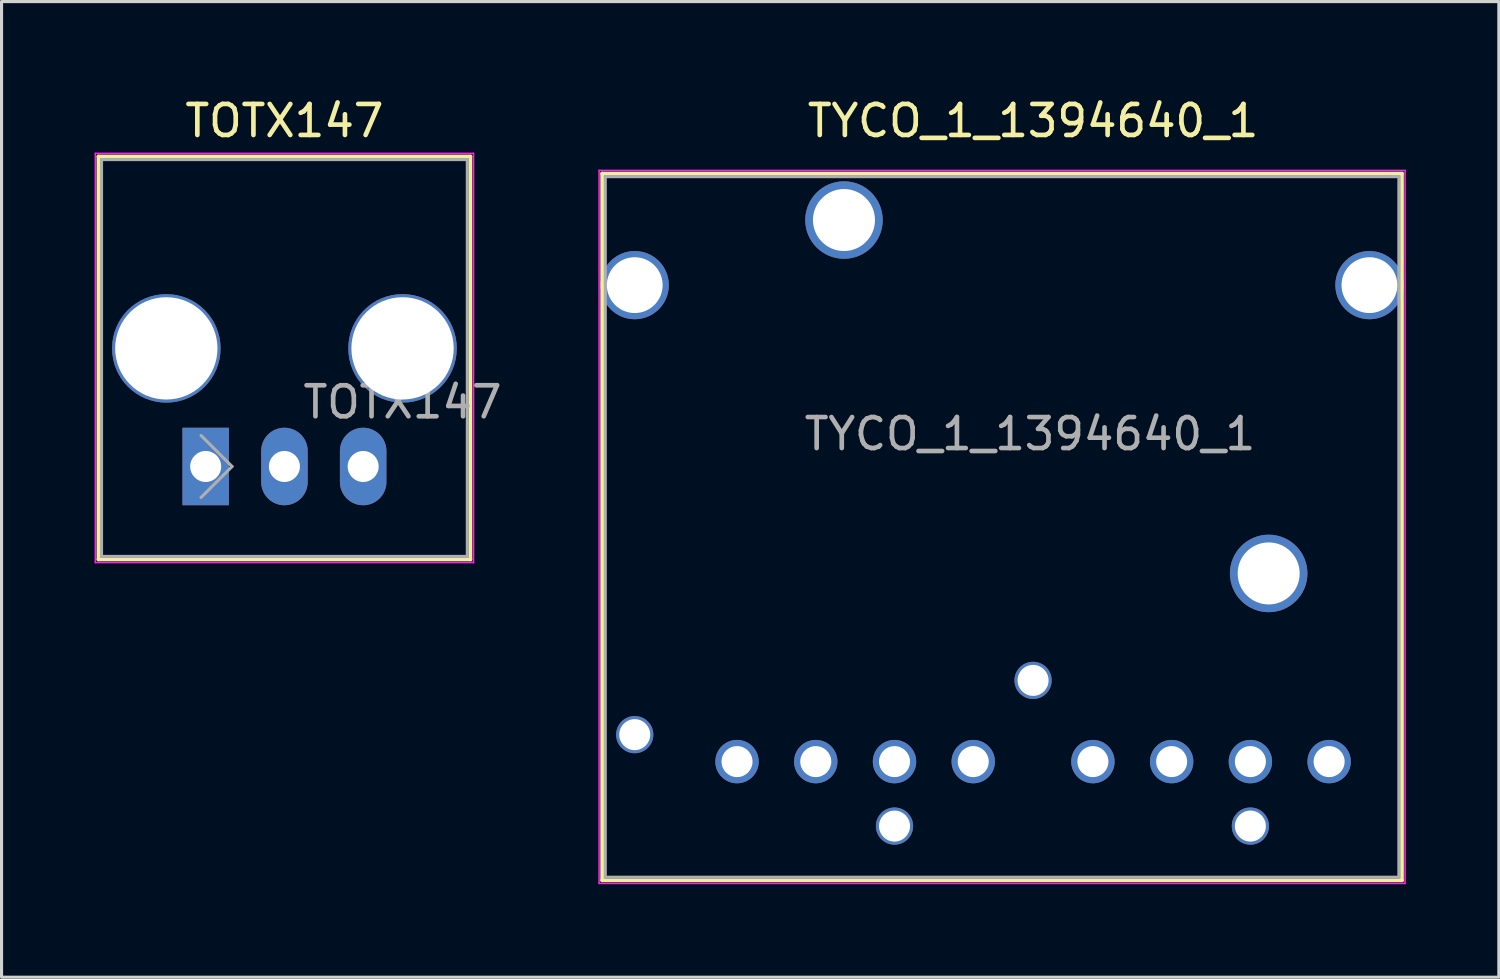
<source format=kicad_pcb>
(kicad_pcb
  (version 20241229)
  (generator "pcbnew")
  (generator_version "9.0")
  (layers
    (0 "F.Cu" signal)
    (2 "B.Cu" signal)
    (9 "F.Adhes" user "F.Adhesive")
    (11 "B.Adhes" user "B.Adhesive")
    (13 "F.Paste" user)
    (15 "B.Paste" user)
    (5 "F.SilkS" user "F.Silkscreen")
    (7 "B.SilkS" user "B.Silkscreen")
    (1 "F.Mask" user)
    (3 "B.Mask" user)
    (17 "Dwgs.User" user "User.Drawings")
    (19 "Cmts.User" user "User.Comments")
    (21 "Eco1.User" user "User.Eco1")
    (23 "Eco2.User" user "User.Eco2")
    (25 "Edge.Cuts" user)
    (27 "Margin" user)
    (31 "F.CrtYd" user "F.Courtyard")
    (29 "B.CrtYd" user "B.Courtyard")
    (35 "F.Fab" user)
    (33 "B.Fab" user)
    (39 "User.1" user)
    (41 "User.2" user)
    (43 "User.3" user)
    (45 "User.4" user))
  (footprint "TOTX147"
    (layer "F.Cu")
    (at 6.125 11.998)
    (property "Reference" "TOTX147" (at 0 -11.15 0) (layer "F.SilkS") (effects (font (size 1 1) (thickness 0.15))))
    (attr through_hole)
    (fp_line (start -6 3) (end -6 -10) (stroke (width 0.12) (type solid)) (layer "F.SilkS"))
    (fp_line (start -6 3) (end 6 3) (stroke (width 0.12) (type solid)) (layer "F.SilkS"))
    (fp_line (start 6 -10) (end -6 -10) (stroke (width 0.12) (type solid)) (layer "F.SilkS"))
    (fp_line (start 6 3) (end 6 -10) (stroke (width 0.12) (type solid)) (layer "F.SilkS"))
    (fp_line (start -6.1 -10.1) (end -6.1 3.1) (stroke (width 0.05) (type solid)) (layer "F.CrtYd"))
    (fp_line (start -6.1 -10.1) (end 6.1 -10.1) (stroke (width 0.05) (type solid)) (layer "F.CrtYd"))
    (fp_line (start 6.1 3.1) (end -6.1 3.1) (stroke (width 0.05) (type solid)) (layer "F.CrtYd"))
    (fp_line (start 6.1 3.1) (end 6.1 -10.1) (stroke (width 0.05) (type solid)) (layer "F.CrtYd"))
    (fp_line (start -5.9 -9.9) (end 5.9 -9.9) (stroke (width 0.1) (type solid)) (layer "F.Fab"))
    (fp_line (start -5.9 2.9) (end -5.9 -9.9) (stroke (width 0.1) (type solid)) (layer "F.Fab"))
    (fp_line (start -5.9 2.9) (end 5.9 2.9) (stroke (width 0.1) (type solid)) (layer "F.Fab"))
    (fp_line (start -1.69 0) (end -2.69 -1) (stroke (width 0.1) (type solid)) (layer "F.Fab"))
    (fp_line (start -1.69 0) (end -2.69 1) (stroke (width 0.1) (type solid)) (layer "F.Fab"))
    (fp_line (start 5.9 2.9) (end 5.9 -9.9) (stroke (width 0.1) (type solid)) (layer "F.Fab"))
    (fp_text user "${REFERENCE}" (at 3.81 -2.075 0) (layer "F.Fab") (effects (font (size 1 1) (thickness 0.15))))
    (pad "" thru_hole circle (at -3.81 -3.81) (size 3.5 3.5) (drill 3.3) (layers "*.Cu" "*.Mask"))
    (pad "" thru_hole circle (at 3.81 -3.81) (size 3.5 3.5) (drill 3.3) (layers "*.Cu" "*.Mask"))
    (pad "1" thru_hole rect (at -2.54 0) (size 1.5 2.5) (drill 1) (layers "*.Cu" "*.Mask"))
    (pad "2" thru_hole oval (at 0 0) (size 1.5 2.5) (drill 1) (layers "*.Cu" "*.Mask"))
    (pad "3" thru_hole oval (at 2.54 0) (size 1.5 2.5) (drill 1) (layers "*.Cu" "*.Mask")))
  (footprint "TYCO_1_1394640_1"
    (layer "F.Cu")
    (at 30.275 14.448)
    (property "Reference" "TYCO_1_1394640_1" (at 0 -13.6 0) (layer "F.SilkS") (effects (font (size 1 1) (thickness 0.15))))
    (attr through_hole)
    (fp_line (start -13.9 -11.9) (end 11.9 -11.9) (stroke (width 0.12) (type solid)) (layer "F.SilkS"))
    (fp_line (start -13.9 10.9) (end -13.9 -11.9) (stroke (width 0.12) (type solid)) (layer "F.SilkS"))
    (fp_line (start 11.9 10.9) (end -13.9 10.9) (stroke (width 0.12) (type solid)) (layer "F.SilkS"))
    (fp_line (start 11.9 10.9) (end 11.9 -11.9) (stroke (width 0.12) (type solid)) (layer "F.SilkS"))
    (fp_line (start -14 11) (end -14 -12) (stroke (width 0.05) (type solid)) (layer "F.CrtYd"))
    (fp_line (start -14 11) (end 12 11) (stroke (width 0.05) (type solid)) (layer "F.CrtYd"))
    (fp_line (start 12 -12) (end -14 -12) (stroke (width 0.05) (type solid)) (layer "F.CrtYd"))
    (fp_line (start 12 -12) (end 12 11) (stroke (width 0.05) (type solid)) (layer "F.CrtYd"))
    (fp_line (start -13.8 10.8) (end -13.8 -11.8) (stroke (width 0.1) (type solid)) (layer "F.Fab"))
    (fp_line (start 11.8 -11.8) (end -13.8 -11.8) (stroke (width 0.1) (type solid)) (layer "F.Fab"))
    (fp_line (start 11.8 10.8) (end -13.8 10.8) (stroke (width 0.1) (type solid)) (layer "F.Fab"))
    (fp_line (start 11.8 10.8) (end 11.8 -11.8) (stroke (width 0.1) (type solid)) (layer "F.Fab"))
    (fp_text user "${REFERENCE}" (at -0.1 -3.5 0) (layer "F.Fab") (effects (font (size 1 1) (thickness 0.15))))
    (pad "" thru_hole circle (at -6.1 -10.4) (size 2.5 2.5) (drill 2) (layers "*.Cu" "*.Mask"))
    (pad "" thru_hole circle (at 7.6 1) (size 2.5 2.5) (drill 2) (layers "*.Cu" "*.Mask"))
    (pad "0" thru_hole circle (at -12.85 -8.3) (size 2.2 2.2) (drill 1.8) (layers "*.Cu" "*.Mask"))
    (pad "0" thru_hole circle (at -12.85 6.2) (size 1.2 1.2) (drill 1) (layers "*.Cu" "*.Mask"))
    (pad "0" thru_hole circle (at -4.47 9.15) (size 1.2 1.2) (drill 1) (layers "*.Cu" "*.Mask"))
    (pad "0" thru_hole circle (at 0 4.45) (size 1.2 1.2) (drill 1) (layers "*.Cu" "*.Mask"))
    (pad "0" thru_hole circle (at 7.01 9.15) (size 1.2 1.2) (drill 1) (layers "*.Cu" "*.Mask"))
    (pad "0" thru_hole circle (at 10.85 -8.3) (size 2.2 2.2) (drill 1.8) (layers "*.Cu" "*.Mask"))
    (pad "1" thru_hole circle (at 9.55 7.07) (size 1.4 1.4) (drill 1) (layers "*.Cu" "*.Mask"))
    (pad "2" thru_hole circle (at 7.01 7.07) (size 1.4 1.4) (drill 1) (layers "*.Cu" "*.Mask"))
    (pad "3" thru_hole circle (at 4.47 7.07) (size 1.4 1.4) (drill 1) (layers "*.Cu" "*.Mask"))
    (pad "4" thru_hole circle (at 1.93 7.07) (size 1.4 1.4) (drill 1) (layers "*.Cu" "*.Mask"))
    (pad "5" thru_hole circle (at -1.93 7.07) (size 1.4 1.4) (drill 1) (layers "*.Cu" "*.Mask"))
    (pad "6" thru_hole circle (at -4.47 7.07) (size 1.4 1.4) (drill 1) (layers "*.Cu" "*.Mask"))
    (pad "7" thru_hole circle (at -7.01 7.07) (size 1.4 1.4) (drill 1) (layers "*.Cu" "*.Mask"))
    (pad "8" thru_hole circle (at -9.55 7.07) (size 1.4 1.4) (drill 1) (layers "*.Cu" "*.Mask")))
  (gr_rect
    (start -3 -3)
    (end 45.3 28.473)
    (stroke (width 0.1) (type default))
    (fill no)
    (layer "Edge.Cuts")))
</source>
